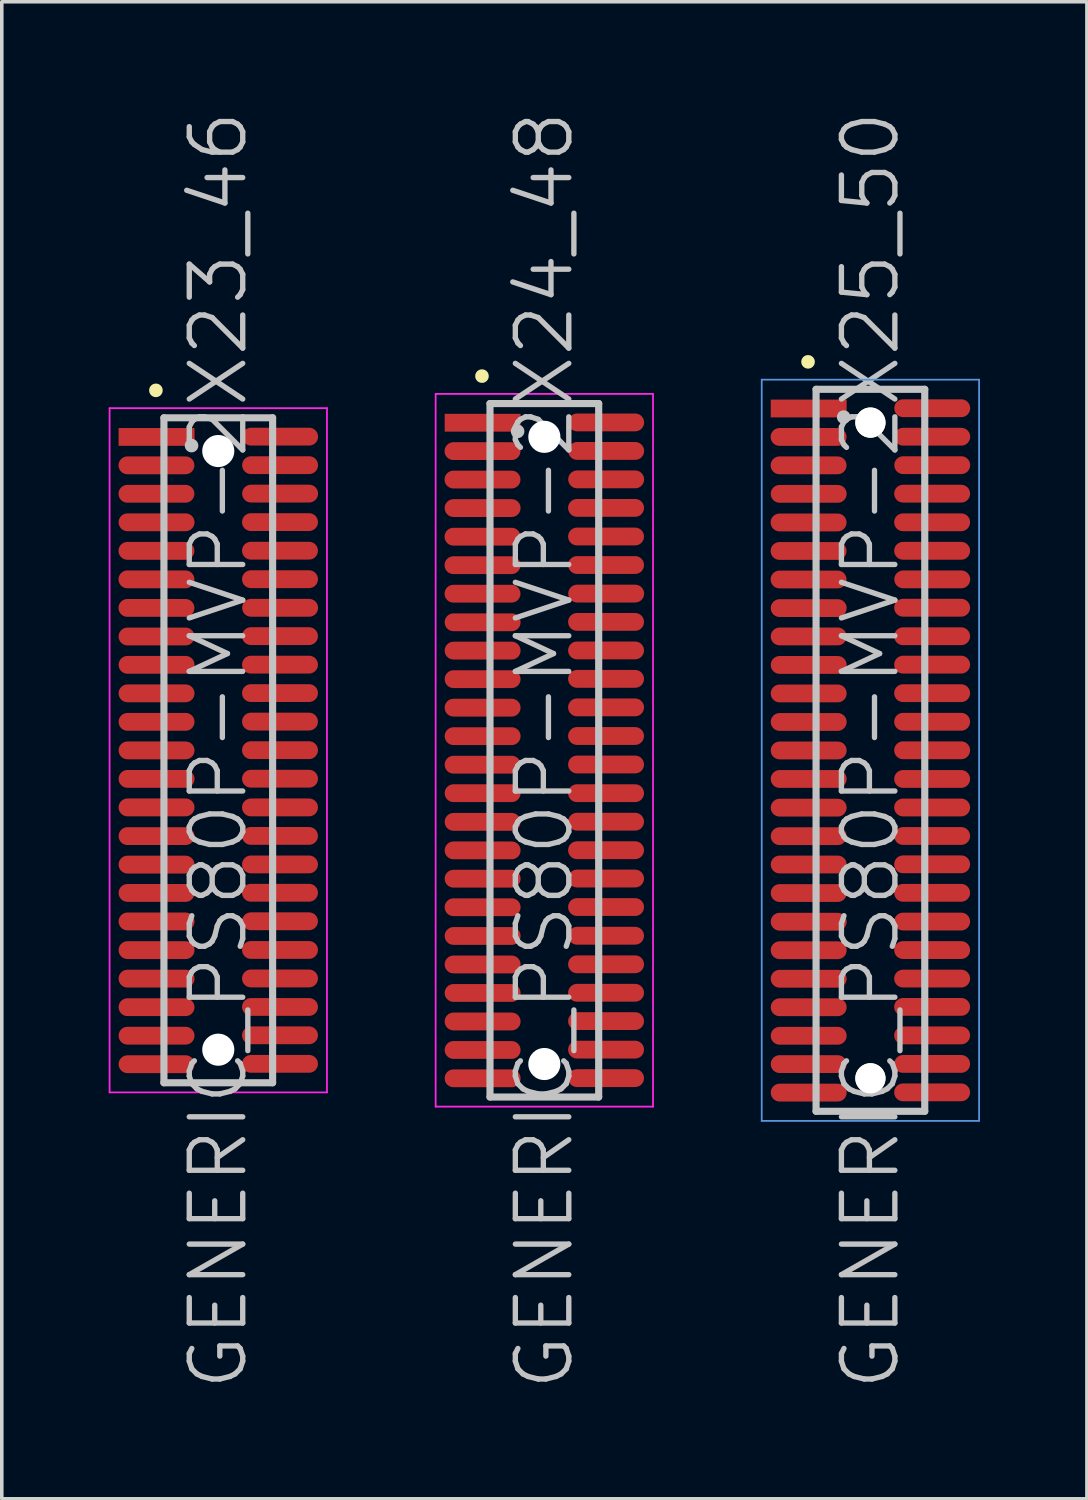
<source format=kicad_pcb>
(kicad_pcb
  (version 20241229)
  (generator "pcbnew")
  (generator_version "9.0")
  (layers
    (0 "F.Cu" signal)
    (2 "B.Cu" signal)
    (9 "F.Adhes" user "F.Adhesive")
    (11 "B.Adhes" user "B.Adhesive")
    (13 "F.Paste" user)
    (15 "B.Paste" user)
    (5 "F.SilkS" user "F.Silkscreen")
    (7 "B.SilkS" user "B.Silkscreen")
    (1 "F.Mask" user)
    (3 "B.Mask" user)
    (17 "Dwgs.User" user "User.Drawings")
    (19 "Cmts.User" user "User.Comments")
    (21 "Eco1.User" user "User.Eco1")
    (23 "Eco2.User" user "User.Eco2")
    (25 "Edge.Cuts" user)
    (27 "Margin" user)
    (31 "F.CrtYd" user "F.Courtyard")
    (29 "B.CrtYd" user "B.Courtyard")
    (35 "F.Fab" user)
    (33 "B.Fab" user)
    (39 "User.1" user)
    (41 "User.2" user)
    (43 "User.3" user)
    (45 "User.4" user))
  (footprint "GENERIC_PS80P-MVP-2X23_46"
    (layer "F.Cu")
    (at 3.075 18.004)
    (property "Reference" "GENERIC_PS80P-MVP-2X23_46" (at 0 0 90) (layer "Dwgs.User") (effects (font (size 1.5 1.5) (thickness 0.15))))
    (attr smd)
    (fp_line (start -1.75 -10.1) (end -1.75 -10.1) (stroke (width 0.381) (type solid)) (layer "F.SilkS"))
    (fp_line (start -1.525 -9.33) (end -1.525 9.33) (stroke (width 0.2) (type solid)) (layer "Dwgs.User"))
    (fp_line (start -1.525 -9.33) (end 1.525 -9.33) (stroke (width 0.2) (type solid)) (layer "Dwgs.User"))
    (fp_line (start -1.525 9.33) (end 1.525 9.33) (stroke (width 0.2) (type solid)) (layer "Dwgs.User"))
    (fp_line (start -0.75 -8.55) (end -0.75 -8.55) (stroke (width 0.381) (type solid)) (layer "Dwgs.User"))
    (fp_line (start 1.525 -9.33) (end 1.525 9.33) (stroke (width 0.2) (type solid)) (layer "Dwgs.User"))
    (fp_line (start -3.05 -9.6) (end -3.05 9.6) (stroke (width 0.05) (type solid)) (layer "F.CrtYd"))
    (fp_line (start -3.05 -9.6) (end 3.05 -9.6) (stroke (width 0.05) (type solid)) (layer "F.CrtYd"))
    (fp_line (start -3.05 9.6) (end 3.05 9.6) (stroke (width 0.05) (type solid)) (layer "F.CrtYd"))
    (fp_line (start 3.05 -9.6) (end 3.05 9.6) (stroke (width 0.05) (type solid)) (layer "F.CrtYd"))
    (pad "" np_thru_hole circle (at 0 -8.397 270) (size 0.9 0.9) (drill 0.9) (layers "*.Cu" "*.Mask"))
    (pad "" np_thru_hole circle (at 0 8.402 270) (size 0.9 0.9) (drill 0.9) (layers "*.Cu" "*.Mask"))
    (pad "1" smd rect (at -1.732 -8.793 270) (size 0.5 2.13) (layers "F.Cu" "F.Mask" "F.Paste"))
    (pad "2" smd oval (at 1.735 -8.801 270) (size 0.5 2.13) (layers "F.Cu" "F.Mask" "F.Paste"))
    (pad "3" smd oval (at -1.735 -7.996 270) (size 0.5 2.13) (layers "F.Cu" "F.Mask" "F.Paste"))
    (pad "4" smd oval (at 1.735 -8.001 270) (size 0.5 2.13) (layers "F.Cu" "F.Mask" "F.Paste"))
    (pad "5" smd oval (at -1.735 -7.198 270) (size 0.5 2.13) (layers "F.Cu" "F.Mask" "F.Paste"))
    (pad "6" smd oval (at 1.735 -7.203 270) (size 0.5 2.13) (layers "F.Cu" "F.Mask" "F.Paste"))
    (pad "7" smd oval (at -1.732 -6.398 270) (size 0.5 2.13) (layers "F.Cu" "F.Mask" "F.Paste"))
    (pad "8" smd oval (at 1.732 -6.403 270) (size 0.5 2.13) (layers "F.Cu" "F.Mask" "F.Paste"))
    (pad "9" smd oval (at -1.735 -5.596 270) (size 0.5 2.13) (layers "F.Cu" "F.Mask" "F.Paste"))
    (pad "10" smd oval (at 1.732 -5.601 270) (size 0.5 2.13) (layers "F.Cu" "F.Mask" "F.Paste"))
    (pad "11" smd oval (at -1.735 -4.796 270) (size 0.5 2.13) (layers "F.Cu" "F.Mask" "F.Paste"))
    (pad "12" smd oval (at 1.732 -4.801 270) (size 0.5 2.13) (layers "F.Cu" "F.Mask" "F.Paste"))
    (pad "13" smd oval (at -1.735 -3.995 270) (size 0.5 2.13) (layers "F.Cu" "F.Mask" "F.Paste"))
    (pad "14" smd oval (at 1.735 -3.998 270) (size 0.5 2.13) (layers "F.Cu" "F.Mask" "F.Paste"))
    (pad "15" smd oval (at -1.732 -3.193 270) (size 0.5 2.13) (layers "F.Cu" "F.Mask" "F.Paste"))
    (pad "16" smd oval (at 1.732 -3.203 270) (size 0.5 2.13) (layers "F.Cu" "F.Mask" "F.Paste"))
    (pad "17" smd oval (at -1.732 -2.398 270) (size 0.5 2.13) (layers "F.Cu" "F.Mask" "F.Paste"))
    (pad "18" smd oval (at 1.732 -2.403 270) (size 0.5 2.13) (layers "F.Cu" "F.Mask" "F.Paste"))
    (pad "19" smd oval (at -1.732 -1.598 270) (size 0.5 2.13) (layers "F.Cu" "F.Mask" "F.Paste"))
    (pad "20" smd oval (at 1.732 -1.605 270) (size 0.5 2.13) (layers "F.Cu" "F.Mask" "F.Paste"))
    (pad "21" smd oval (at -1.732 -0.798 270) (size 0.5 2.13) (layers "F.Cu" "F.Mask" "F.Paste"))
    (pad "22" smd oval (at 1.732 -0.805 270) (size 0.5 2.13) (layers "F.Cu" "F.Mask" "F.Paste"))
    (pad "23" smd oval (at -1.732 0.003 270) (size 0.5 2.13) (layers "F.Cu" "F.Mask" "F.Paste"))
    (pad "24" smd oval (at 1.732 -0.003 270) (size 0.5 2.13) (layers "F.Cu" "F.Mask" "F.Paste"))
    (pad "25" smd oval (at -1.732 0.803 270) (size 0.5 2.13) (layers "F.Cu" "F.Mask" "F.Paste"))
    (pad "26" smd oval (at 1.732 0.798 270) (size 0.5 2.13) (layers "F.Cu" "F.Mask" "F.Paste"))
    (pad "27" smd oval (at -1.732 1.603 270) (size 0.5 2.13) (layers "F.Cu" "F.Mask" "F.Paste"))
    (pad "28" smd oval (at 1.732 1.603 270) (size 0.5 2.13) (layers "F.Cu" "F.Mask" "F.Paste"))
    (pad "29" smd oval (at -1.732 2.408 270) (size 0.5 2.13) (layers "F.Cu" "F.Mask" "F.Paste"))
    (pad "30" smd oval (at 1.732 2.403 270) (size 0.5 2.13) (layers "F.Cu" "F.Mask" "F.Paste"))
    (pad "31" smd oval (at -1.732 3.208 270) (size 0.5 2.13) (layers "F.Cu" "F.Mask" "F.Paste"))
    (pad "32" smd oval (at 1.732 3.203 270) (size 0.5 2.13) (layers "F.Cu" "F.Mask" "F.Paste"))
    (pad "33" smd oval (at -1.732 4.003 270) (size 0.5 2.13) (layers "F.Cu" "F.Mask" "F.Paste"))
    (pad "34" smd oval (at 1.732 3.998 270) (size 0.5 2.13) (layers "F.Cu" "F.Mask" "F.Paste"))
    (pad "35" smd oval (at -1.732 4.803 270) (size 0.5 2.13) (layers "F.Cu" "F.Mask" "F.Paste"))
    (pad "36" smd oval (at 1.732 4.798 270) (size 0.5 2.13) (layers "F.Cu" "F.Mask" "F.Paste"))
    (pad "37" smd oval (at -1.732 5.608 270) (size 0.5 2.13) (layers "F.Cu" "F.Mask" "F.Paste"))
    (pad "38" smd oval (at 1.732 5.603 270) (size 0.5 2.13) (layers "F.Cu" "F.Mask" "F.Paste"))
    (pad "39" smd oval (at -1.732 6.408 270) (size 0.5 2.13) (layers "F.Cu" "F.Mask" "F.Paste"))
    (pad "40" smd oval (at 1.732 6.403 270) (size 0.5 2.13) (layers "F.Cu" "F.Mask" "F.Paste"))
    (pad "41" smd oval (at -1.732 7.209 270) (size 0.5 2.13) (layers "F.Cu" "F.Mask" "F.Paste"))
    (pad "42" smd oval (at 1.732 7.203 270) (size 0.5 2.13) (layers "F.Cu" "F.Mask" "F.Paste"))
    (pad "43" smd oval (at -1.732 8.009 270) (size 0.5 2.13) (layers "F.Cu" "F.Mask" "F.Paste"))
    (pad "44" smd oval (at 1.732 7.998 270) (size 0.5 2.13) (layers "F.Cu" "F.Mask" "F.Paste"))
    (pad "45" smd oval (at -1.732 8.809 270) (size 0.5 2.13) (layers "F.Cu" "F.Mask" "F.Paste"))
    (pad "46" smd oval (at 1.732 8.799 270) (size 0.5 2.13) (layers "F.Cu" "F.Mask" "F.Paste")))
  (footprint "GENERIC_PS80P-MVP-2X24_48"
    (layer "F.Cu")
    (at 12.225 18.004)
    (property "Reference" "GENERIC_PS80P-MVP-2X24_48" (at 0 0 90) (layer "Dwgs.User") (effects (font (size 1.5 1.5) (thickness 0.15))))
    (attr smd)
    (fp_line (start -1.75 -10.5) (end -1.75 -10.5) (stroke (width 0.381) (type solid)) (layer "F.SilkS"))
    (fp_line (start -1.525 -9.73) (end -1.525 9.73) (stroke (width 0.2) (type solid)) (layer "Dwgs.User"))
    (fp_line (start -1.525 -9.73) (end 1.525 -9.73) (stroke (width 0.2) (type solid)) (layer "Dwgs.User"))
    (fp_line (start -1.525 9.73) (end 1.525 9.73) (stroke (width 0.2) (type solid)) (layer "Dwgs.User"))
    (fp_line (start -0.75 -8.95) (end -0.75 -8.95) (stroke (width 0.381) (type solid)) (layer "Dwgs.User"))
    (fp_line (start 1.525 -9.73) (end 1.525 9.73) (stroke (width 0.2) (type solid)) (layer "Dwgs.User"))
    (fp_line (start -3.05 -10) (end -3.05 10) (stroke (width 0.05) (type solid)) (layer "F.CrtYd"))
    (fp_line (start -3.05 -10) (end 3.05 -10) (stroke (width 0.05) (type solid)) (layer "F.CrtYd"))
    (fp_line (start -3.05 10) (end 3.05 10) (stroke (width 0.05) (type solid)) (layer "F.CrtYd"))
    (fp_line (start 3.05 -10) (end 3.05 10) (stroke (width 0.05) (type solid)) (layer "F.CrtYd"))
    (pad "" np_thru_hole circle (at 0 -8.796 270) (size 0.9 0.9) (drill 0.9) (layers "*.Cu" "*.Mask"))
    (pad "" np_thru_hole circle (at 0 8.804 270) (size 0.9 0.9) (drill 0.9) (layers "*.Cu" "*.Mask"))
    (pad "1" smd rect (at -1.732 -9.192 270) (size 0.5 2.13) (layers "F.Cu" "F.Mask" "F.Paste"))
    (pad "2" smd oval (at 1.735 -9.2 270) (size 0.5 2.13) (layers "F.Cu" "F.Mask" "F.Paste"))
    (pad "3" smd oval (at -1.735 -8.395 270) (size 0.5 2.13) (layers "F.Cu" "F.Mask" "F.Paste"))
    (pad "4" smd oval (at 1.735 -8.4 270) (size 0.5 2.13) (layers "F.Cu" "F.Mask" "F.Paste"))
    (pad "5" smd oval (at -1.735 -7.597 270) (size 0.5 2.13) (layers "F.Cu" "F.Mask" "F.Paste"))
    (pad "6" smd oval (at 1.735 -7.602 270) (size 0.5 2.13) (layers "F.Cu" "F.Mask" "F.Paste"))
    (pad "7" smd oval (at -1.732 -6.797 270) (size 0.5 2.13) (layers "F.Cu" "F.Mask" "F.Paste"))
    (pad "8" smd oval (at 1.732 -6.802 270) (size 0.5 2.13) (layers "F.Cu" "F.Mask" "F.Paste"))
    (pad "9" smd oval (at -1.735 -5.994 270) (size 0.5 2.13) (layers "F.Cu" "F.Mask" "F.Paste"))
    (pad "10" smd oval (at 1.732 -5.999 270) (size 0.5 2.13) (layers "F.Cu" "F.Mask" "F.Paste"))
    (pad "11" smd oval (at -1.735 -5.194 270) (size 0.5 2.13) (layers "F.Cu" "F.Mask" "F.Paste"))
    (pad "12" smd oval (at 1.732 -5.199 270) (size 0.5 2.13) (layers "F.Cu" "F.Mask" "F.Paste"))
    (pad "13" smd oval (at -1.735 -4.394 270) (size 0.5 2.13) (layers "F.Cu" "F.Mask" "F.Paste"))
    (pad "14" smd oval (at 1.735 -4.397 270) (size 0.5 2.13) (layers "F.Cu" "F.Mask" "F.Paste"))
    (pad "15" smd oval (at -1.732 -3.592 270) (size 0.5 2.13) (layers "F.Cu" "F.Mask" "F.Paste"))
    (pad "16" smd oval (at 1.732 -3.602 270) (size 0.5 2.13) (layers "F.Cu" "F.Mask" "F.Paste"))
    (pad "17" smd oval (at -1.732 -2.797 270) (size 0.5 2.13) (layers "F.Cu" "F.Mask" "F.Paste"))
    (pad "18" smd oval (at 1.732 -2.802 270) (size 0.5 2.13) (layers "F.Cu" "F.Mask" "F.Paste"))
    (pad "19" smd oval (at -1.732 -1.996 270) (size 0.5 2.13) (layers "F.Cu" "F.Mask" "F.Paste"))
    (pad "20" smd oval (at 1.732 -2.004 270) (size 0.5 2.13) (layers "F.Cu" "F.Mask" "F.Paste"))
    (pad "21" smd oval (at -1.732 -1.196 270) (size 0.5 2.13) (layers "F.Cu" "F.Mask" "F.Paste"))
    (pad "22" smd oval (at 1.732 -1.204 270) (size 0.5 2.13) (layers "F.Cu" "F.Mask" "F.Paste"))
    (pad "23" smd oval (at -1.732 -0.396 270) (size 0.5 2.13) (layers "F.Cu" "F.Mask" "F.Paste"))
    (pad "24" smd oval (at 1.732 -0.401 270) (size 0.5 2.13) (layers "F.Cu" "F.Mask" "F.Paste"))
    (pad "25" smd oval (at -1.732 0.404 270) (size 0.5 2.13) (layers "F.Cu" "F.Mask" "F.Paste"))
    (pad "26" smd oval (at 1.732 0.399 270) (size 0.5 2.13) (layers "F.Cu" "F.Mask" "F.Paste"))
    (pad "27" smd oval (at -1.732 1.204 270) (size 0.5 2.13) (layers "F.Cu" "F.Mask" "F.Paste"))
    (pad "28" smd oval (at 1.732 1.204 270) (size 0.5 2.13) (layers "F.Cu" "F.Mask" "F.Paste"))
    (pad "29" smd oval (at -1.732 2.009 270) (size 0.5 2.13) (layers "F.Cu" "F.Mask" "F.Paste"))
    (pad "30" smd oval (at 1.732 2.004 270) (size 0.5 2.13) (layers "F.Cu" "F.Mask" "F.Paste"))
    (pad "31" smd oval (at -1.732 2.809 270) (size 0.5 2.13) (layers "F.Cu" "F.Mask" "F.Paste"))
    (pad "32" smd oval (at 1.732 2.804 270) (size 0.5 2.13) (layers "F.Cu" "F.Mask" "F.Paste"))
    (pad "33" smd oval (at -1.732 3.604 270) (size 0.5 2.13) (layers "F.Cu" "F.Mask" "F.Paste"))
    (pad "34" smd oval (at 1.732 3.599 270) (size 0.5 2.13) (layers "F.Cu" "F.Mask" "F.Paste"))
    (pad "35" smd oval (at -1.732 4.404 270) (size 0.5 2.13) (layers "F.Cu" "F.Mask" "F.Paste"))
    (pad "36" smd oval (at 1.732 4.399 270) (size 0.5 2.13) (layers "F.Cu" "F.Mask" "F.Paste"))
    (pad "37" smd oval (at -1.732 5.21 270) (size 0.5 2.13) (layers "F.Cu" "F.Mask" "F.Paste"))
    (pad "38" smd oval (at 1.732 5.204 270) (size 0.5 2.13) (layers "F.Cu" "F.Mask" "F.Paste"))
    (pad "39" smd oval (at -1.732 6.01 270) (size 0.5 2.13) (layers "F.Cu" "F.Mask" "F.Paste"))
    (pad "40" smd oval (at 1.732 6.005 270) (size 0.5 2.13) (layers "F.Cu" "F.Mask" "F.Paste"))
    (pad "41" smd oval (at -1.732 6.81 270) (size 0.5 2.13) (layers "F.Cu" "F.Mask" "F.Paste"))
    (pad "42" smd oval (at 1.732 6.805 270) (size 0.5 2.13) (layers "F.Cu" "F.Mask" "F.Paste"))
    (pad "43" smd oval (at -1.732 7.61 270) (size 0.5 2.13) (layers "F.Cu" "F.Mask" "F.Paste"))
    (pad "44" smd oval (at 1.732 7.6 270) (size 0.5 2.13) (layers "F.Cu" "F.Mask" "F.Paste"))
    (pad "45" smd oval (at -1.732 8.41 270) (size 0.5 2.13) (layers "F.Cu" "F.Mask" "F.Paste"))
    (pad "46" smd oval (at 1.732 8.4 270) (size 0.5 2.13) (layers "F.Cu" "F.Mask" "F.Paste"))
    (pad "47" smd oval (at -1.732 9.205 270) (size 0.5 2.13) (layers "F.Cu" "F.Mask" "F.Paste"))
    (pad "48" smd oval (at 1.732 9.2 270) (size 0.5 2.13) (layers "F.Cu" "F.Mask" "F.Paste")))
  (footprint "GENERIC_PS80P-MVP-2X25_50"
    (layer "F.Cu")
    (at 21.375 18.004)
    (property "Reference" "GENERIC_PS80P-MVP-2X25_50" (at 0 0 90) (layer "Dwgs.User") (effects (font (size 1.5 1.5) (thickness 0.15))))
    (attr smd)
    (fp_line (start -1.75 -10.9) (end -1.75 -10.9) (stroke (width 0.381) (type solid)) (layer "F.SilkS"))
    (fp_line (start -1.525 -10.13) (end -1.525 10.13) (stroke (width 0.2) (type solid)) (layer "Dwgs.User"))
    (fp_line (start -1.525 -10.13) (end 1.525 -10.13) (stroke (width 0.2) (type solid)) (layer "Dwgs.User"))
    (fp_line (start -1.525 10.13) (end 1.525 10.13) (stroke (width 0.2) (type solid)) (layer "Dwgs.User"))
    (fp_line (start -0.75 -9.35) (end -0.75 -9.35) (stroke (width 0.381) (type solid)) (layer "Dwgs.User"))
    (fp_line (start 1.525 -10.13) (end 1.525 10.13) (stroke (width 0.2) (type solid)) (layer "Dwgs.User"))
    (fp_line (start -3.05 -10.4) (end -3.05 10.4) (stroke (width 0.05) (type solid)) (layer "Cmts.User"))
    (fp_line (start -3.05 -10.4) (end 3.05 -10.4) (stroke (width 0.05) (type solid)) (layer "Cmts.User"))
    (fp_line (start -3.05 10.4) (end 3.05 10.4) (stroke (width 0.05) (type solid)) (layer "Cmts.User"))
    (fp_line (start 3.05 -10.4) (end 3.05 10.4) (stroke (width 0.05) (type solid)) (layer "Cmts.User"))
    (pad "" np_thru_hole circle (at 0 -9.195 270) (size 0.848 0.848) (drill 0.848) (layers "*.Cu" "*.Mask" "F.SilkS"))
    (pad "" np_thru_hole circle (at 0 9.205 270) (size 0.848 0.848) (drill 0.848) (layers "*.Cu" "*.Mask" "F.SilkS"))
    (pad "1" smd rect (at -1.732 -9.591 270) (size 0.5 2.13) (layers "F.Cu" "F.Mask" "F.Paste"))
    (pad "2" smd oval (at 1.735 -9.599 270) (size 0.5 2.13) (layers "F.Cu" "F.Mask" "F.Paste"))
    (pad "3" smd oval (at -1.735 -8.793 270) (size 0.5 2.13) (layers "F.Cu" "F.Mask" "F.Paste"))
    (pad "4" smd oval (at 1.735 -8.799 270) (size 0.5 2.13) (layers "F.Cu" "F.Mask" "F.Paste"))
    (pad "5" smd oval (at -1.735 -7.996 270) (size 0.5 2.13) (layers "F.Cu" "F.Mask" "F.Paste"))
    (pad "6" smd oval (at 1.735 -8.001 270) (size 0.5 2.13) (layers "F.Cu" "F.Mask" "F.Paste"))
    (pad "7" smd oval (at -1.732 -7.196 270) (size 0.5 2.13) (layers "F.Cu" "F.Mask" "F.Paste"))
    (pad "8" smd oval (at 1.732 -7.201 270) (size 0.5 2.13) (layers "F.Cu" "F.Mask" "F.Paste"))
    (pad "9" smd oval (at -1.735 -6.393 270) (size 0.5 2.13) (layers "F.Cu" "F.Mask" "F.Paste"))
    (pad "10" smd oval (at 1.732 -6.398 270) (size 0.5 2.13) (layers "F.Cu" "F.Mask" "F.Paste"))
    (pad "11" smd oval (at -1.735 -5.593 270) (size 0.5 2.13) (layers "F.Cu" "F.Mask" "F.Paste"))
    (pad "12" smd oval (at 1.732 -5.598 270) (size 0.5 2.13) (layers "F.Cu" "F.Mask" "F.Paste"))
    (pad "13" smd oval (at -1.735 -4.793 270) (size 0.5 2.13) (layers "F.Cu" "F.Mask" "F.Paste"))
    (pad "14" smd oval (at 1.735 -4.796 270) (size 0.5 2.13) (layers "F.Cu" "F.Mask" "F.Paste"))
    (pad "15" smd oval (at -1.732 -3.99 270) (size 0.5 2.13) (layers "F.Cu" "F.Mask" "F.Paste"))
    (pad "16" smd oval (at 1.732 -4 270) (size 0.5 2.13) (layers "F.Cu" "F.Mask" "F.Paste"))
    (pad "17" smd oval (at -1.732 -3.195 270) (size 0.5 2.13) (layers "F.Cu" "F.Mask" "F.Paste"))
    (pad "18" smd oval (at 1.732 -3.2 270) (size 0.5 2.13) (layers "F.Cu" "F.Mask" "F.Paste"))
    (pad "19" smd oval (at -1.732 -2.395 270) (size 0.5 2.13) (layers "F.Cu" "F.Mask" "F.Paste"))
    (pad "20" smd oval (at 1.732 -2.403 270) (size 0.5 2.13) (layers "F.Cu" "F.Mask" "F.Paste"))
    (pad "21" smd oval (at -1.732 -1.595 270) (size 0.5 2.13) (layers "F.Cu" "F.Mask" "F.Paste"))
    (pad "22" smd oval (at 1.732 -1.603 270) (size 0.5 2.13) (layers "F.Cu" "F.Mask" "F.Paste"))
    (pad "23" smd oval (at -1.732 -0.795 270) (size 0.5 2.13) (layers "F.Cu" "F.Mask" "F.Paste"))
    (pad "24" smd oval (at 1.732 -0.8 270) (size 0.5 2.13) (layers "F.Cu" "F.Mask" "F.Paste"))
    (pad "25" smd oval (at -1.732 0.005 270) (size 0.5 2.13) (layers "F.Cu" "F.Mask" "F.Paste"))
    (pad "26" smd oval (at 1.732 0 270) (size 0.5 2.13) (layers "F.Cu" "F.Mask" "F.Paste"))
    (pad "27" smd oval (at -1.732 0.805 270) (size 0.5 2.13) (layers "F.Cu" "F.Mask" "F.Paste"))
    (pad "28" smd oval (at 1.732 0.805 270) (size 0.5 2.13) (layers "F.Cu" "F.Mask" "F.Paste"))
    (pad "29" smd oval (at -1.732 1.61 270) (size 0.5 2.13) (layers "F.Cu" "F.Mask" "F.Paste"))
    (pad "30" smd oval (at 1.732 1.605 270) (size 0.5 2.13) (layers "F.Cu" "F.Mask" "F.Paste"))
    (pad "31" smd oval (at -1.732 2.41 270) (size 0.5 2.13) (layers "F.Cu" "F.Mask" "F.Paste"))
    (pad "32" smd oval (at 1.732 2.405 270) (size 0.5 2.13) (layers "F.Cu" "F.Mask" "F.Paste"))
    (pad "33" smd oval (at -1.732 3.205 270) (size 0.5 2.13) (layers "F.Cu" "F.Mask" "F.Paste"))
    (pad "34" smd oval (at 1.732 3.2 270) (size 0.5 2.13) (layers "F.Cu" "F.Mask" "F.Paste"))
    (pad "35" smd oval (at -1.732 4.006 270) (size 0.5 2.13) (layers "F.Cu" "F.Mask" "F.Paste"))
    (pad "36" smd oval (at 1.732 4 270) (size 0.5 2.13) (layers "F.Cu" "F.Mask" "F.Paste"))
    (pad "37" smd oval (at -1.732 4.811 270) (size 0.5 2.13) (layers "F.Cu" "F.Mask" "F.Paste"))
    (pad "38" smd oval (at 1.732 4.806 270) (size 0.5 2.13) (layers "F.Cu" "F.Mask" "F.Paste"))
    (pad "39" smd oval (at -1.732 5.611 270) (size 0.5 2.13) (layers "F.Cu" "F.Mask" "F.Paste"))
    (pad "40" smd oval (at 1.732 5.606 270) (size 0.5 2.13) (layers "F.Cu" "F.Mask" "F.Paste"))
    (pad "41" smd oval (at -1.732 6.411 270) (size 0.5 2.13) (layers "F.Cu" "F.Mask" "F.Paste"))
    (pad "42" smd oval (at 1.732 6.406 270) (size 0.5 2.13) (layers "F.Cu" "F.Mask" "F.Paste"))
    (pad "43" smd oval (at -1.732 7.211 270) (size 0.5 2.13) (layers "F.Cu" "F.Mask" "F.Paste"))
    (pad "44" smd oval (at 1.732 7.201 270) (size 0.5 2.13) (layers "F.Cu" "F.Mask" "F.Paste"))
    (pad "45" smd oval (at -1.732 8.011 270) (size 0.5 2.13) (layers "F.Cu" "F.Mask" "F.Paste"))
    (pad "46" smd oval (at 1.732 8.001 270) (size 0.5 2.13) (layers "F.Cu" "F.Mask" "F.Paste"))
    (pad "47" smd oval (at -1.732 8.806 270) (size 0.5 2.13) (layers "F.Cu" "F.Mask" "F.Paste"))
    (pad "48" smd oval (at 1.732 8.801 270) (size 0.5 2.13) (layers "F.Cu" "F.Mask" "F.Paste"))
    (pad "49" smd oval (at -1.732 9.606 270) (size 0.5 2.13) (layers "F.Cu" "F.Mask" "F.Paste"))
    (pad "50" smd oval (at 1.732 9.599 270) (size 0.5 2.13) (layers "F.Cu" "F.Mask" "F.Paste")))
  (gr_rect
    (start -3 -3)
    (end 27.45 39.007)
    (stroke (width 0.1) (type default))
    (fill no)
    (layer "Edge.Cuts")))
</source>
